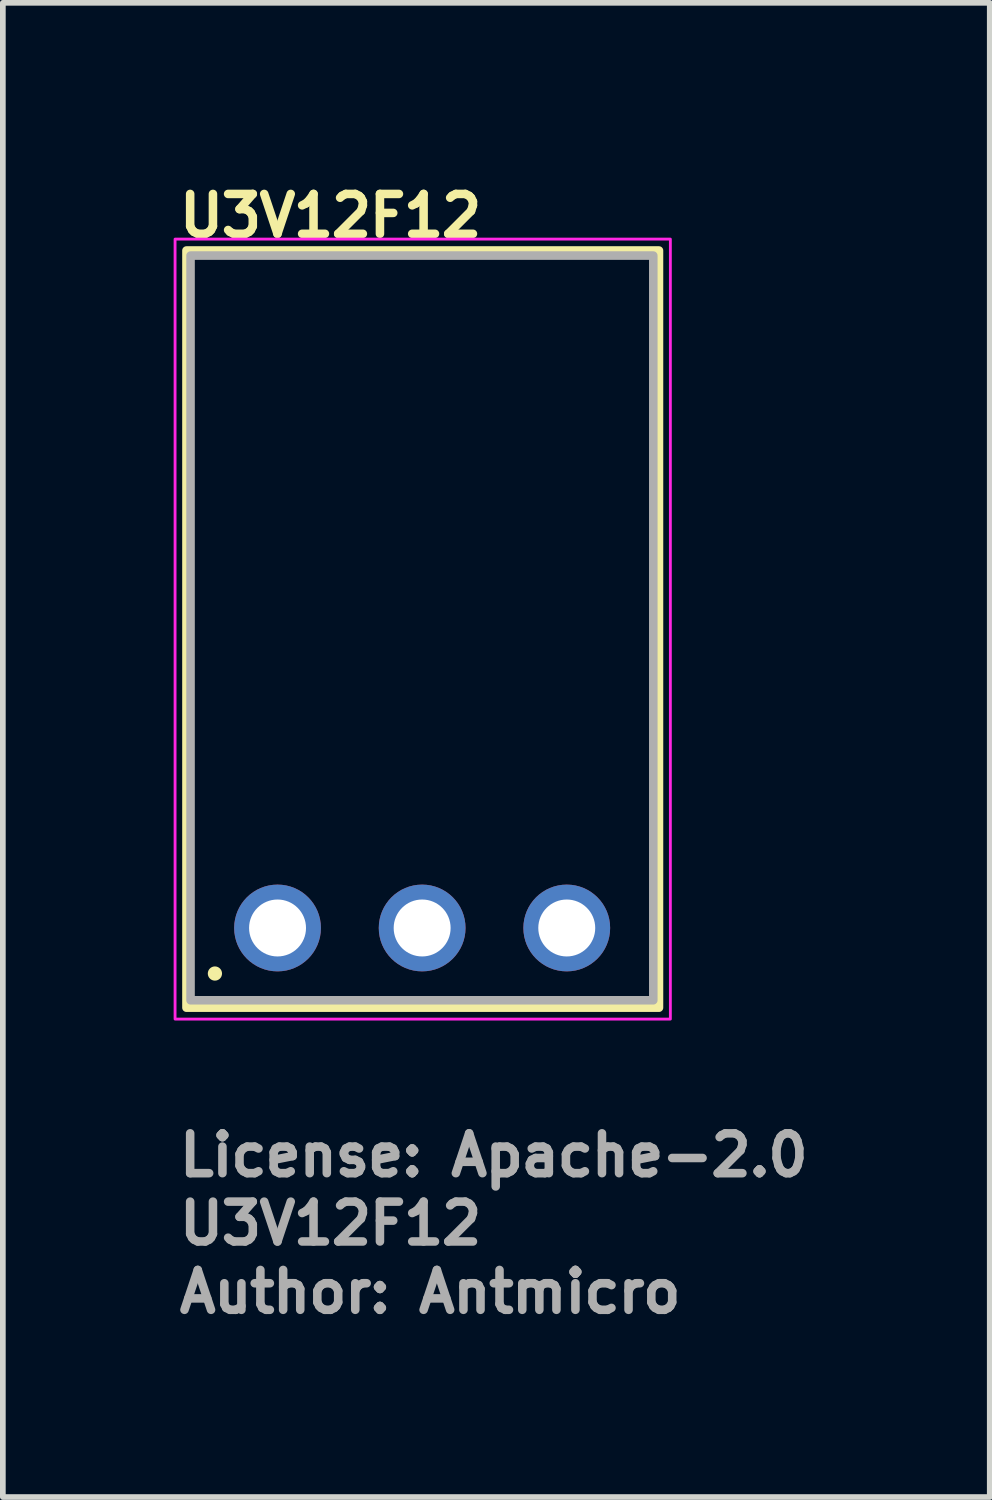
<source format=kicad_pcb>
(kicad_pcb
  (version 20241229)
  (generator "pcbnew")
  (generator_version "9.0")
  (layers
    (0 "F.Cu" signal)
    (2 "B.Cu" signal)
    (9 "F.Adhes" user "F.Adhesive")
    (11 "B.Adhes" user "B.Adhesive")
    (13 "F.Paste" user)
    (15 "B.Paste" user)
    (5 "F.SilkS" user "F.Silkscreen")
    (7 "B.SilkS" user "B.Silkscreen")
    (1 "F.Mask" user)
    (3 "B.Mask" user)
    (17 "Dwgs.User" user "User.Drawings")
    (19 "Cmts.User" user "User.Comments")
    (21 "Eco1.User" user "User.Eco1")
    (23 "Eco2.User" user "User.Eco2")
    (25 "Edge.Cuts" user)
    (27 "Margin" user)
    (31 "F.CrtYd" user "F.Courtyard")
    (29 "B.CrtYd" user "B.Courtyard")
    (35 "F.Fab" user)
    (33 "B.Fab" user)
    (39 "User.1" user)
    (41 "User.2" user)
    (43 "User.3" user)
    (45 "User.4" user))
  (footprint "U3V12F12"
    (layer "F.Cu")
    (at 1.825 13.25)
    (property "Reference" "U3V12F12" (at -1.8 -12.1 0) (unlocked yes) (layer "F.SilkS") (effects (font (size 0.7 0.7) (thickness 0.15)) (justify left bottom)))
    (attr through_hole)
    (fp_rect (start -1.6 -11.9) (end 6.7 1.4) (stroke (width 0.15) (type default)) (fill no) (layer "F.SilkS"))
    (fp_circle (center -1.1 0.8) (end -1.05 0.8) (stroke (width 0.15) (type solid)) (fill yes) (layer "F.SilkS"))
    (fp_rect (start -1.8 -12.1) (end 6.9 1.6) (stroke (width 0.05) (type solid)) (fill no) (layer "F.CrtYd"))
    (fp_rect (start -1.528 -11.811) (end 6.6 1.27) (stroke (width 0.15) (type solid)) (fill no) (layer "F.Fab"))
    (fp_rect (start -1.528 -11.811) (end 6.6 1.27) (stroke (width 0.1) (type solid)) (fill no) (layer "User.5"))
    (fp_line (start -1.513 -11.811) (end -1.513 1.27) (stroke (width 0.02) (type solid)) (layer "User.9"))
    (fp_line (start -1.513 1.27) (end 6.615 1.27) (stroke (width 0.02) (type solid)) (layer "User.9"))
    (fp_line (start -1.107 -7.493) (end -0.809 -7.493) (stroke (width 0.02) (type solid)) (layer "User.9"))
    (fp_line (start -1.107 -5.817) (end -1.107 -7.493) (stroke (width 0.02) (type solid)) (layer "User.9"))
    (fp_line (start -1.107 -5.817) (end -1.065 -5.859) (stroke (width 0.02) (type solid)) (layer "User.9"))
    (fp_line (start -1.065 -7.451) (end -1.107 -7.493) (stroke (width 0.02) (type solid)) (layer "User.9"))
    (fp_line (start -1.065 -7.451) (end -1.062 -7.448) (stroke (width 0.02) (type solid)) (layer "User.9"))
    (fp_line (start -1.065 -7.451) (end 1.849 -7.451) (stroke (width 0.02) (type solid)) (layer "User.9"))
    (fp_line (start -1.065 -5.859) (end -1.065 -7.451) (stroke (width 0.02) (type solid)) (layer "User.9"))
    (fp_line (start -1.062 -7.448) (end -1.056 -7.443) (stroke (width 0.02) (type solid)) (layer "User.9"))
    (fp_line (start -1.062 -5.861) (end -1.065 -5.859) (stroke (width 0.02) (type solid)) (layer "User.9"))
    (fp_line (start -1.056 -7.443) (end -1.04 -7.426) (stroke (width 0.02) (type solid)) (layer "User.9"))
    (fp_line (start -1.056 -5.867) (end -1.062 -5.861) (stroke (width 0.02) (type solid)) (layer "User.9"))
    (fp_line (start -1.04 -7.426) (end -1.04 -5.884) (stroke (width 0.02) (type solid)) (layer "User.9"))
    (fp_line (start -1.04 -5.884) (end -1.056 -5.867) (stroke (width 0.02) (type solid)) (layer "User.9"))
    (fp_line (start -1.04 -5.884) (end 1.824 -5.884) (stroke (width 0.02) (type solid)) (layer "User.9"))
    (fp_line (start -0.809 -8.046) (end -0.809 -8.184) (stroke (width 0.02) (type solid)) (layer "User.9"))
    (fp_line (start -0.809 -8.027) (end -0.809 -8.046) (stroke (width 0.02) (type solid)) (layer "User.9"))
    (fp_line (start -0.809 -8.009) (end -0.809 -8.027) (stroke (width 0.02) (type solid)) (layer "User.9"))
    (fp_line (start -0.809 -7.991) (end -0.809 -8.009) (stroke (width 0.02) (type solid)) (layer "User.9"))
    (fp_line (start -0.809 -7.974) (end -0.809 -7.991) (stroke (width 0.02) (type solid)) (layer "User.9"))
    (fp_line (start -0.809 -7.959) (end -0.809 -7.974) (stroke (width 0.02) (type solid)) (layer "User.9"))
    (fp_line (start -0.809 -7.944) (end -0.809 -7.959) (stroke (width 0.02) (type solid)) (layer "User.9"))
    (fp_line (start -0.809 -7.931) (end -0.809 -7.944) (stroke (width 0.02) (type solid)) (layer "User.9"))
    (fp_line (start -0.809 -7.919) (end -0.809 -7.931) (stroke (width 0.02) (type solid)) (layer "User.9"))
    (fp_line (start -0.809 -7.909) (end -0.809 -7.919) (stroke (width 0.02) (type solid)) (layer "User.9"))
    (fp_line (start -0.809 -7.901) (end -0.809 -7.909) (stroke (width 0.02) (type solid)) (layer "User.9"))
    (fp_line (start -0.809 -7.894) (end -0.809 -7.901) (stroke (width 0.02) (type solid)) (layer "User.9"))
    (fp_line (start -0.809 -7.889) (end -0.809 -7.894) (stroke (width 0.02) (type solid)) (layer "User.9"))
    (fp_line (start -0.809 -7.887) (end -0.809 -7.889) (stroke (width 0.02) (type solid)) (layer "User.9"))
    (fp_line (start -0.809 -7.886) (end -0.809 -7.887) (stroke (width 0.02) (type solid)) (layer "User.9"))
    (fp_line (start -0.809 -7.884) (end -0.809 -7.886) (stroke (width 0.02) (type solid)) (layer "User.9"))
    (fp_line (start -0.809 -7.881) (end -0.809 -7.884) (stroke (width 0.02) (type solid)) (layer "User.9"))
    (fp_line (start -0.809 -7.875) (end -0.809 -7.881) (stroke (width 0.02) (type solid)) (layer "User.9"))
    (fp_line (start -0.809 -7.867) (end -0.809 -7.875) (stroke (width 0.02) (type solid)) (layer "User.9"))
    (fp_line (start -0.809 -7.856) (end -0.809 -7.867) (stroke (width 0.02) (type solid)) (layer "User.9"))
    (fp_line (start -0.809 -7.844) (end -0.809 -7.856) (stroke (width 0.02) (type solid)) (layer "User.9"))
    (fp_line (start -0.809 -7.83) (end -0.809 -7.844) (stroke (width 0.02) (type solid)) (layer "User.9"))
    (fp_line (start -0.809 -7.814) (end -0.809 -7.83) (stroke (width 0.02) (type solid)) (layer "User.9"))
    (fp_line (start -0.809 -7.796) (end -0.809 -7.814) (stroke (width 0.02) (type solid)) (layer "User.9"))
    (fp_line (start -0.809 -7.778) (end -0.809 -7.796) (stroke (width 0.02) (type solid)) (layer "User.9"))
    (fp_line (start -0.809 -7.758) (end -0.809 -7.778) (stroke (width 0.02) (type solid)) (layer "User.9"))
    (fp_line (start -0.809 -7.738) (end -0.809 -7.758) (stroke (width 0.02) (type solid)) (layer "User.9"))
    (fp_line (start -0.809 -7.716) (end -0.809 -7.738) (stroke (width 0.02) (type solid)) (layer "User.9"))
    (fp_line (start -0.809 -7.695) (end -0.809 -7.716) (stroke (width 0.02) (type solid)) (layer "User.9"))
    (fp_line (start -0.809 -7.695) (end -0.809 -7.493) (stroke (width 0.02) (type solid)) (layer "User.9"))
    (fp_line (start -0.809 -7.493) (end -0.312 -7.493) (stroke (width 0.02) (type solid)) (layer "User.9"))
    (fp_line (start -0.809 -5.817) (end -1.107 -5.817) (stroke (width 0.02) (type solid)) (layer "User.9"))
    (fp_line (start -0.809 -5.614) (end -0.809 -5.817) (stroke (width 0.02) (type solid)) (layer "User.9"))
    (fp_line (start -0.809 -5.593) (end -0.809 -5.614) (stroke (width 0.02) (type solid)) (layer "User.9"))
    (fp_line (start -0.809 -5.572) (end -0.809 -5.593) (stroke (width 0.02) (type solid)) (layer "User.9"))
    (fp_line (start -0.809 -5.552) (end -0.809 -5.572) (stroke (width 0.02) (type solid)) (layer "User.9"))
    (fp_line (start -0.809 -5.532) (end -0.809 -5.552) (stroke (width 0.02) (type solid)) (layer "User.9"))
    (fp_line (start -0.809 -5.513) (end -0.809 -5.532) (stroke (width 0.02) (type solid)) (layer "User.9"))
    (fp_line (start -0.809 -5.496) (end -0.809 -5.513) (stroke (width 0.02) (type solid)) (layer "User.9"))
    (fp_line (start -0.809 -5.48) (end -0.809 -5.496) (stroke (width 0.02) (type solid)) (layer "User.9"))
    (fp_line (start -0.809 -5.466) (end -0.809 -5.48) (stroke (width 0.02) (type solid)) (layer "User.9"))
    (fp_line (start -0.809 -5.453) (end -0.809 -5.466) (stroke (width 0.02) (type solid)) (layer "User.9"))
    (fp_line (start -0.809 -5.443) (end -0.809 -5.453) (stroke (width 0.02) (type solid)) (layer "User.9"))
    (fp_line (start -0.809 -5.435) (end -0.809 -5.443) (stroke (width 0.02) (type solid)) (layer "User.9"))
    (fp_line (start -0.809 -5.429) (end -0.809 -5.435) (stroke (width 0.02) (type solid)) (layer "User.9"))
    (fp_line (start -0.809 -5.425) (end -0.809 -5.429) (stroke (width 0.02) (type solid)) (layer "User.9"))
    (fp_line (start -0.809 -5.424) (end -0.809 -5.425) (stroke (width 0.02) (type solid)) (layer "User.9"))
    (fp_line (start -0.809 -5.423) (end -0.809 -5.424) (stroke (width 0.02) (type solid)) (layer "User.9"))
    (fp_line (start -0.809 -5.42) (end -0.809 -5.423) (stroke (width 0.02) (type solid)) (layer "User.9"))
    (fp_line (start -0.809 -5.415) (end -0.809 -5.42) (stroke (width 0.02) (type solid)) (layer "User.9"))
    (fp_line (start -0.809 -5.409) (end -0.809 -5.415) (stroke (width 0.02) (type solid)) (layer "User.9"))
    (fp_line (start -0.809 -5.4) (end -0.809 -5.409) (stroke (width 0.02) (type solid)) (layer "User.9"))
    (fp_line (start -0.809 -5.39) (end -0.809 -5.4) (stroke (width 0.02) (type solid)) (layer "User.9"))
    (fp_line (start -0.809 -5.379) (end -0.809 -5.39) (stroke (width 0.02) (type solid)) (layer "User.9"))
    (fp_line (start -0.809 -5.365) (end -0.809 -5.379) (stroke (width 0.02) (type solid)) (layer "User.9"))
    (fp_line (start -0.809 -5.351) (end -0.809 -5.365) (stroke (width 0.02) (type solid)) (layer "User.9"))
    (fp_line (start -0.809 -5.335) (end -0.809 -5.351) (stroke (width 0.02) (type solid)) (layer "User.9"))
    (fp_line (start -0.809 -5.318) (end -0.809 -5.335) (stroke (width 0.02) (type solid)) (layer "User.9"))
    (fp_line (start -0.809 -5.301) (end -0.809 -5.318) (stroke (width 0.02) (type solid)) (layer "User.9"))
    (fp_line (start -0.809 -5.283) (end -0.809 -5.301) (stroke (width 0.02) (type solid)) (layer "User.9"))
    (fp_line (start -0.809 -5.264) (end -0.809 -5.283) (stroke (width 0.02) (type solid)) (layer "User.9"))
    (fp_line (start -0.809 -5.126) (end -0.809 -5.264) (stroke (width 0.02) (type solid)) (layer "User.9"))
    (fp_line (start -0.569 -1.484) (end -0.569 -2.834) (stroke (width 0.02) (type solid)) (layer "User.9"))
    (fp_line (start -0.509 -3.208) (end -0.509 -4.108) (stroke (width 0.02) (type solid)) (layer "User.9"))
    (fp_line (start -0.497 0) (end -0.493 0.061) (stroke (width 0.02) (type solid)) (layer "User.9"))
    (fp_line (start -0.493 -0.061) (end -0.497 0) (stroke (width 0.02) (type solid)) (layer "User.9"))
    (fp_line (start -0.493 0.061) (end -0.482 0.122) (stroke (width 0.02) (type solid)) (layer "User.9"))
    (fp_line (start -0.483 -9.873) (end -0.033 -9.873) (stroke (width 0.02) (type solid)) (layer "User.9"))
    (fp_line (start -0.483 -8.923) (end -0.483 -9.873) (stroke (width 0.02) (type solid)) (layer "User.9"))
    (fp_line (start -0.482 -0.122) (end -0.493 -0.061) (stroke (width 0.02) (type solid)) (layer "User.9"))
    (fp_line (start -0.482 0.122) (end -0.464 0.18) (stroke (width 0.02) (type solid)) (layer "User.9"))
    (fp_line (start -0.464 -0.18) (end -0.482 -0.122) (stroke (width 0.02) (type solid)) (layer "User.9"))
    (fp_line (start -0.464 0.18) (end -0.439 0.236) (stroke (width 0.02) (type solid)) (layer "User.9"))
    (fp_line (start -0.458 -11.245) (end -0.458 -10.345) (stroke (width 0.02) (type solid)) (layer "User.9"))
    (fp_line (start -0.458 -11.245) (end -0.158 -11.245) (stroke (width 0.02) (type solid)) (layer "User.9"))
    (fp_line (start -0.458 -10.345) (end -0.158 -10.345) (stroke (width 0.02) (type solid)) (layer "User.9"))
    (fp_line (start -0.439 -0.236) (end -0.464 -0.18) (stroke (width 0.02) (type solid)) (layer "User.9"))
    (fp_line (start -0.439 0.236) (end -0.407 0.289) (stroke (width 0.02) (type solid)) (layer "User.9"))
    (fp_line (start -0.407 -0.289) (end -0.439 -0.236) (stroke (width 0.02) (type solid)) (layer "User.9"))
    (fp_line (start -0.407 0.289) (end -0.369 0.337) (stroke (width 0.02) (type solid)) (layer "User.9"))
    (fp_line (start -0.369 -0.337) (end -0.407 -0.289) (stroke (width 0.02) (type solid)) (layer "User.9"))
    (fp_line (start -0.369 0.337) (end -0.326 0.38) (stroke (width 0.02) (type solid)) (layer "User.9"))
    (fp_line (start -0.326 -0.38) (end -0.369 -0.337) (stroke (width 0.02) (type solid)) (layer "User.9"))
    (fp_line (start -0.326 0.38) (end -0.278 0.418) (stroke (width 0.02) (type solid)) (layer "User.9"))
    (fp_line (start -0.313 -0.32) (end 0.327 -0.32) (stroke (width 0.02) (type solid)) (layer "User.9"))
    (fp_line (start -0.313 0.32) (end -0.313 -0.32) (stroke (width 0.02) (type solid)) (layer "User.9"))
    (fp_line (start -0.313 0.32) (end -0.113 0.12) (stroke (width 0.02) (type solid)) (layer "User.9"))
    (fp_line (start -0.312 -8.184) (end -0.809 -8.184) (stroke (width 0.02) (type solid)) (layer "User.9"))
    (fp_line (start -0.312 -8.184) (end -0.312 -8.046) (stroke (width 0.02) (type solid)) (layer "User.9"))
    (fp_line (start -0.312 -8.046) (end -0.809 -8.046) (stroke (width 0.02) (type solid)) (layer "User.9"))
    (fp_line (start -0.312 -8.046) (end -0.312 -8.027) (stroke (width 0.02) (type solid)) (layer "User.9"))
    (fp_line (start -0.312 -8.027) (end -0.312 -8.009) (stroke (width 0.02) (type solid)) (layer "User.9"))
    (fp_line (start -0.312 -8.009) (end -0.312 -7.991) (stroke (width 0.02) (type solid)) (layer "User.9"))
    (fp_line (start -0.312 -7.991) (end -0.312 -7.974) (stroke (width 0.02) (type solid)) (layer "User.9"))
    (fp_line (start -0.312 -7.974) (end -0.312 -7.959) (stroke (width 0.02) (type solid)) (layer "User.9"))
    (fp_line (start -0.312 -7.959) (end -0.312 -7.944) (stroke (width 0.02) (type solid)) (layer "User.9"))
    (fp_line (start -0.312 -7.944) (end -0.312 -7.931) (stroke (width 0.02) (type solid)) (layer "User.9"))
    (fp_line (start -0.312 -7.931) (end -0.312 -7.919) (stroke (width 0.02) (type solid)) (layer "User.9"))
    (fp_line (start -0.312 -7.919) (end -0.312 -7.909) (stroke (width 0.02) (type solid)) (layer "User.9"))
    (fp_line (start -0.312 -7.909) (end -0.312 -7.901) (stroke (width 0.02) (type solid)) (layer "User.9"))
    (fp_line (start -0.312 -7.901) (end -0.312 -7.894) (stroke (width 0.02) (type solid)) (layer "User.9"))
    (fp_line (start -0.312 -7.894) (end -0.312 -7.889) (stroke (width 0.02) (type solid)) (layer "User.9"))
    (fp_line (start -0.312 -7.889) (end -0.312 -7.887) (stroke (width 0.02) (type solid)) (layer "User.9"))
    (fp_line (start -0.312 -7.887) (end -0.312 -7.886) (stroke (width 0.02) (type solid)) (layer "User.9"))
    (fp_line (start -0.312 -7.886) (end -0.809 -7.886) (stroke (width 0.02) (type solid)) (layer "User.9"))
    (fp_line (start -0.312 -7.886) (end -0.312 -7.884) (stroke (width 0.02) (type solid)) (layer "User.9"))
    (fp_line (start -0.312 -7.884) (end -0.312 -7.881) (stroke (width 0.02) (type solid)) (layer "User.9"))
    (fp_line (start -0.312 -7.881) (end -0.312 -7.875) (stroke (width 0.02) (type solid)) (layer "User.9"))
    (fp_line (start -0.312 -7.875) (end -0.312 -7.867) (stroke (width 0.02) (type solid)) (layer "User.9"))
    (fp_line (start -0.312 -7.867) (end -0.312 -7.856) (stroke (width 0.02) (type solid)) (layer "User.9"))
    (fp_line (start -0.312 -7.856) (end -0.312 -7.844) (stroke (width 0.02) (type solid)) (layer "User.9"))
    (fp_line (start -0.312 -7.844) (end -0.312 -7.83) (stroke (width 0.02) (type solid)) (layer "User.9"))
    (fp_line (start -0.312 -7.83) (end -0.312 -7.814) (stroke (width 0.02) (type solid)) (layer "User.9"))
    (fp_line (start -0.312 -7.814) (end -0.312 -7.796) (stroke (width 0.02) (type solid)) (layer "User.9"))
    (fp_line (start -0.312 -7.796) (end -0.312 -7.778) (stroke (width 0.02) (type solid)) (layer "User.9"))
    (fp_line (start -0.312 -7.778) (end -0.312 -7.758) (stroke (width 0.02) (type solid)) (layer "User.9"))
    (fp_line (start -0.312 -7.758) (end -0.312 -7.738) (stroke (width 0.02) (type solid)) (layer "User.9"))
    (fp_line (start -0.312 -7.738) (end -0.312 -7.716) (stroke (width 0.02) (type solid)) (layer "User.9"))
    (fp_line (start -0.312 -7.716) (end -0.312 -7.695) (stroke (width 0.02) (type solid)) (layer "User.9"))
    (fp_line (start -0.312 -7.695) (end -0.809 -7.695) (stroke (width 0.02) (type solid)) (layer "User.9"))
    (fp_line (start -0.312 -7.695) (end -0.312 -7.493) (stroke (width 0.02) (type solid)) (layer "User.9"))
    (fp_line (start -0.312 -7.493) (end 0.143 -7.493) (stroke (width 0.02) (type solid)) (layer "User.9"))
    (fp_line (start -0.312 -5.817) (end -0.809 -5.817) (stroke (width 0.02) (type solid)) (layer "User.9"))
    (fp_line (start -0.312 -5.614) (end -0.809 -5.614) (stroke (width 0.02) (type solid)) (layer "User.9"))
    (fp_line (start -0.312 -5.614) (end -0.312 -5.817) (stroke (width 0.02) (type solid)) (layer "User.9"))
    (fp_line (start -0.312 -5.614) (end -0.312 -5.593) (stroke (width 0.02) (type solid)) (layer "User.9"))
    (fp_line (start -0.312 -5.593) (end -0.312 -5.572) (stroke (width 0.02) (type solid)) (layer "User.9"))
    (fp_line (start -0.312 -5.572) (end -0.312 -5.552) (stroke (width 0.02) (type solid)) (layer "User.9"))
    (fp_line (start -0.312 -5.552) (end -0.312 -5.532) (stroke (width 0.02) (type solid)) (layer "User.9"))
    (fp_line (start -0.312 -5.532) (end -0.312 -5.513) (stroke (width 0.02) (type solid)) (layer "User.9"))
    (fp_line (start -0.312 -5.513) (end -0.312 -5.496) (stroke (width 0.02) (type solid)) (layer "User.9"))
    (fp_line (start -0.312 -5.496) (end -0.312 -5.48) (stroke (width 0.02) (type solid)) (layer "User.9"))
    (fp_line (start -0.312 -5.48) (end -0.312 -5.466) (stroke (width 0.02) (type solid)) (layer "User.9"))
    (fp_line (start -0.312 -5.466) (end -0.312 -5.453) (stroke (width 0.02) (type solid)) (layer "User.9"))
    (fp_line (start -0.312 -5.453) (end -0.312 -5.443) (stroke (width 0.02) (type solid)) (layer "User.9"))
    (fp_line (start -0.312 -5.443) (end -0.312 -5.435) (stroke (width 0.02) (type solid)) (layer "User.9"))
    (fp_line (start -0.312 -5.435) (end -0.312 -5.429) (stroke (width 0.02) (type solid)) (layer "User.9"))
    (fp_line (start -0.312 -5.429) (end -0.312 -5.425) (stroke (width 0.02) (type solid)) (layer "User.9"))
    (fp_line (start -0.312 -5.425) (end -0.312 -5.424) (stroke (width 0.02) (type solid)) (layer "User.9"))
    (fp_line (start -0.312 -5.424) (end -0.809 -5.424) (stroke (width 0.02) (type solid)) (layer "User.9"))
    (fp_line (start -0.312 -5.424) (end -0.312 -5.423) (stroke (width 0.02) (type solid)) (layer "User.9"))
    (fp_line (start -0.312 -5.423) (end -0.312 -5.42) (stroke (width 0.02) (type solid)) (layer "User.9"))
    (fp_line (start -0.312 -5.42) (end -0.312 -5.415) (stroke (width 0.02) (type solid)) (layer "User.9"))
    (fp_line (start -0.312 -5.415) (end -0.312 -5.409) (stroke (width 0.02) (type solid)) (layer "User.9"))
    (fp_line (start -0.312 -5.409) (end -0.312 -5.4) (stroke (width 0.02) (type solid)) (layer "User.9"))
    (fp_line (start -0.312 -5.4) (end -0.312 -5.39) (stroke (width 0.02) (type solid)) (layer "User.9"))
    (fp_line (start -0.312 -5.39) (end -0.312 -5.379) (stroke (width 0.02) (type solid)) (layer "User.9"))
    (fp_line (start -0.312 -5.379) (end -0.312 -5.365) (stroke (width 0.02) (type solid)) (layer "User.9"))
    (fp_line (start -0.312 -5.365) (end -0.312 -5.351) (stroke (width 0.02) (type solid)) (layer "User.9"))
    (fp_line (start -0.312 -5.351) (end -0.312 -5.335) (stroke (width 0.02) (type solid)) (layer "User.9"))
    (fp_line (start -0.312 -5.335) (end -0.312 -5.318) (stroke (width 0.02) (type solid)) (layer "User.9"))
    (fp_line (start -0.312 -5.318) (end -0.312 -5.301) (stroke (width 0.02) (type solid)) (layer "User.9"))
    (fp_line (start -0.312 -5.301) (end -0.312 -5.283) (stroke (width 0.02) (type solid)) (layer "User.9"))
    (fp_line (start -0.312 -5.283) (end -0.312 -5.264) (stroke (width 0.02) (type solid)) (layer "User.9"))
    (fp_line (start -0.312 -5.264) (end -0.809 -5.264) (stroke (width 0.02) (type solid)) (layer "User.9"))
    (fp_line (start -0.312 -5.264) (end -0.312 -5.126) (stroke (width 0.02) (type solid)) (layer "User.9"))
    (fp_line (start -0.312 -5.126) (end -0.809 -5.126) (stroke (width 0.02) (type solid)) (layer "User.9"))
    (fp_line (start -0.278 -0.418) (end -0.326 -0.38) (stroke (width 0.02) (type solid)) (layer "User.9"))
    (fp_line (start -0.278 0.418) (end -0.225 0.45) (stroke (width 0.02) (type solid)) (layer "User.9"))
    (fp_line (start -0.225 -0.45) (end -0.278 -0.418) (stroke (width 0.02) (type solid)) (layer "User.9"))
    (fp_line (start -0.225 0.45) (end -0.169 0.475) (stroke (width 0.02) (type solid)) (layer "User.9"))
    (fp_line (start -0.209 -4.109) (end 0.891 -4.109) (stroke (width 0.02) (type solid)) (layer "User.9"))
    (fp_line (start -0.209 -4.109) (end 0.891 -4.109) (stroke (width 0.02) (type solid)) (layer "User.9"))
    (fp_line (start -0.209 -4.108) (end -0.509 -4.108) (stroke (width 0.02) (type solid)) (layer "User.9"))
    (fp_line (start -0.209 -3.208) (end -0.509 -3.208) (stroke (width 0.02) (type solid)) (layer "User.9"))
    (fp_line (start -0.169 -0.475) (end -0.225 -0.45) (stroke (width 0.02) (type solid)) (layer "User.9"))
    (fp_line (start -0.169 0.475) (end -0.111 0.493) (stroke (width 0.02) (type solid)) (layer "User.9"))
    (fp_line (start -0.158 -11.246) (end 0.942 -11.246) (stroke (width 0.02) (type solid)) (layer "User.9"))
    (fp_line (start -0.158 -11.246) (end 0.942 -11.246) (stroke (width 0.02) (type solid)) (layer "User.9"))
    (fp_line (start -0.113 -0.12) (end -0.313 -0.32) (stroke (width 0.02) (type solid)) (layer "User.9"))
    (fp_line (start -0.113 -0.12) (end -0.113 0.12) (stroke (width 0.02) (type solid)) (layer "User.9"))
    (fp_line (start -0.113 0.12) (end 0.127 0.12) (stroke (width 0.02) (type solid)) (layer "User.9"))
    (fp_line (start -0.111 -0.493) (end -0.169 -0.475) (stroke (width 0.02) (type solid)) (layer "User.9"))
    (fp_line (start -0.111 0.493) (end -0.05 0.504) (stroke (width 0.02) (type solid)) (layer "User.9"))
    (fp_line (start -0.069 -2.835) (end 1.031 -2.835) (stroke (width 0.02) (type solid)) (layer "User.9"))
    (fp_line (start -0.069 -2.835) (end 1.031 -2.835) (stroke (width 0.02) (type solid)) (layer "User.9"))
    (fp_line (start -0.069 -2.834) (end -0.569 -2.834) (stroke (width 0.02) (type solid)) (layer "User.9"))
    (fp_line (start -0.069 -1.484) (end -0.569 -1.484) (stroke (width 0.02) (type solid)) (layer "User.9"))
    (fp_line (start -0.05 -0.504) (end -0.111 -0.493) (stroke (width 0.02) (type solid)) (layer "User.9"))
    (fp_line (start -0.05 0.504) (end 0.011 0.508) (stroke (width 0.02) (type solid)) (layer "User.9"))
    (fp_line (start -0.033 -9.873) (end -0.033 -8.923) (stroke (width 0.02) (type solid)) (layer "User.9"))
    (fp_line (start -0.033 -8.923) (end -0.483 -8.923) (stroke (width 0.02) (type solid)) (layer "User.9"))
    (fp_line (start -0.033 -8.923) (end 0.817 -8.923) (stroke (width 0.02) (type solid)) (layer "User.9"))
    (fp_line (start 0.011 -0.508) (end -0.05 -0.504) (stroke (width 0.02) (type solid)) (layer "User.9"))
    (fp_line (start 0.011 0.508) (end 0.072 0.504) (stroke (width 0.02) (type solid)) (layer "User.9"))
    (fp_line (start 0.072 -0.504) (end 0.011 -0.508) (stroke (width 0.02) (type solid)) (layer "User.9"))
    (fp_line (start 0.072 0.504) (end 0.133 0.493) (stroke (width 0.02) (type solid)) (layer "User.9"))
    (fp_line (start 0.127 -0.12) (end -0.113 -0.12) (stroke (width 0.02) (type solid)) (layer "User.9"))
    (fp_line (start 0.127 0.12) (end 0.127 -0.12) (stroke (width 0.02) (type solid)) (layer "User.9"))
    (fp_line (start 0.133 -0.493) (end 0.072 -0.504) (stroke (width 0.02) (type solid)) (layer "User.9"))
    (fp_line (start 0.133 0.493) (end 0.191 0.475) (stroke (width 0.02) (type solid)) (layer "User.9"))
    (fp_line (start 0.143 -8.046) (end 0.143 -8.184) (stroke (width 0.02) (type solid)) (layer "User.9"))
    (fp_line (start 0.143 -8.027) (end 0.143 -8.046) (stroke (width 0.02) (type solid)) (layer "User.9"))
    (fp_line (start 0.143 -8.009) (end 0.143 -8.027) (stroke (width 0.02) (type solid)) (layer "User.9"))
    (fp_line (start 0.143 -7.991) (end 0.143 -8.009) (stroke (width 0.02) (type solid)) (layer "User.9"))
    (fp_line (start 0.143 -7.974) (end 0.143 -7.991) (stroke (width 0.02) (type solid)) (layer "User.9"))
    (fp_line (start 0.143 -7.959) (end 0.143 -7.974) (stroke (width 0.02) (type solid)) (layer "User.9"))
    (fp_line (start 0.143 -7.944) (end 0.143 -7.959) (stroke (width 0.02) (type solid)) (layer "User.9"))
    (fp_line (start 0.143 -7.931) (end 0.143 -7.944) (stroke (width 0.02) (type solid)) (layer "User.9"))
    (fp_line (start 0.143 -7.919) (end 0.143 -7.931) (stroke (width 0.02) (type solid)) (layer "User.9"))
    (fp_line (start 0.143 -7.909) (end 0.143 -7.919) (stroke (width 0.02) (type solid)) (layer "User.9"))
    (fp_line (start 0.143 -7.901) (end 0.143 -7.909) (stroke (width 0.02) (type solid)) (layer "User.9"))
    (fp_line (start 0.143 -7.894) (end 0.143 -7.901) (stroke (width 0.02) (type solid)) (layer "User.9"))
    (fp_line (start 0.143 -7.889) (end 0.143 -7.894) (stroke (width 0.02) (type solid)) (layer "User.9"))
    (fp_line (start 0.143 -7.887) (end 0.143 -7.889) (stroke (width 0.02) (type solid)) (layer "User.9"))
    (fp_line (start 0.143 -7.886) (end 0.143 -7.887) (stroke (width 0.02) (type solid)) (layer "User.9"))
    (fp_line (start 0.143 -7.884) (end 0.143 -7.886) (stroke (width 0.02) (type solid)) (layer "User.9"))
    (fp_line (start 0.143 -7.881) (end 0.143 -7.884) (stroke (width 0.02) (type solid)) (layer "User.9"))
    (fp_line (start 0.143 -7.875) (end 0.143 -7.881) (stroke (width 0.02) (type solid)) (layer "User.9"))
    (fp_line (start 0.143 -7.867) (end 0.143 -7.875) (stroke (width 0.02) (type solid)) (layer "User.9"))
    (fp_line (start 0.143 -7.856) (end 0.143 -7.867) (stroke (width 0.02) (type solid)) (layer "User.9"))
    (fp_line (start 0.143 -7.844) (end 0.143 -7.856) (stroke (width 0.02) (type solid)) (layer "User.9"))
    (fp_line (start 0.143 -7.83) (end 0.143 -7.844) (stroke (width 0.02) (type solid)) (layer "User.9"))
    (fp_line (start 0.143 -7.814) (end 0.143 -7.83) (stroke (width 0.02) (type solid)) (layer "User.9"))
    (fp_line (start 0.143 -7.796) (end 0.143 -7.814) (stroke (width 0.02) (type solid)) (layer "User.9"))
    (fp_line (start 0.143 -7.778) (end 0.143 -7.796) (stroke (width 0.02) (type solid)) (layer "User.9"))
    (fp_line (start 0.143 -7.758) (end 0.143 -7.778) (stroke (width 0.02) (type solid)) (layer "User.9"))
    (fp_line (start 0.143 -7.738) (end 0.143 -7.758) (stroke (width 0.02) (type solid)) (layer "User.9"))
    (fp_line (start 0.143 -7.716) (end 0.143 -7.738) (stroke (width 0.02) (type solid)) (layer "User.9"))
    (fp_line (start 0.143 -7.695) (end 0.143 -7.716) (stroke (width 0.02) (type solid)) (layer "User.9"))
    (fp_line (start 0.143 -7.695) (end 0.143 -7.493) (stroke (width 0.02) (type solid)) (layer "User.9"))
    (fp_line (start 0.143 -7.493) (end 0.641 -7.493) (stroke (width 0.02) (type solid)) (layer "User.9"))
    (fp_line (start 0.191 -0.475) (end 0.133 -0.493) (stroke (width 0.02) (type solid)) (layer "User.9"))
    (fp_line (start 0.191 0.475) (end 0.247 0.45) (stroke (width 0.02) (type solid)) (layer "User.9"))
    (fp_line (start 0.247 -0.45) (end 0.191 -0.475) (stroke (width 0.02) (type solid)) (layer "User.9"))
    (fp_line (start 0.247 0.45) (end 0.3 0.418) (stroke (width 0.02) (type solid)) (layer "User.9"))
    (fp_line (start 0.3 -0.418) (end 0.247 -0.45) (stroke (width 0.02) (type solid)) (layer "User.9"))
    (fp_line (start 0.3 0.418) (end 0.348 0.38) (stroke (width 0.02) (type solid)) (layer "User.9"))
    (fp_line (start 0.327 -0.32) (end 0.127 -0.12) (stroke (width 0.02) (type solid)) (layer "User.9"))
    (fp_line (start 0.327 -0.32) (end 0.327 0.32) (stroke (width 0.02) (type solid)) (layer "User.9"))
    (fp_line (start 0.327 0.32) (end -0.313 0.32) (stroke (width 0.02) (type solid)) (layer "User.9"))
    (fp_line (start 0.327 0.32) (end 0.127 0.12) (stroke (width 0.02) (type solid)) (layer "User.9"))
    (fp_line (start 0.348 -0.38) (end 0.3 -0.418) (stroke (width 0.02) (type solid)) (layer "User.9"))
    (fp_line (start 0.348 0.38) (end 0.391 0.337) (stroke (width 0.02) (type solid)) (layer "User.9"))
    (fp_line (start 0.391 -0.337) (end 0.348 -0.38) (stroke (width 0.02) (type solid)) (layer "User.9"))
    (fp_line (start 0.391 0.337) (end 0.429 0.289) (stroke (width 0.02) (type solid)) (layer "User.9"))
    (fp_line (start 0.429 -0.289) (end 0.391 -0.337) (stroke (width 0.02) (type solid)) (layer "User.9"))
    (fp_line (start 0.429 0.289) (end 0.461 0.236) (stroke (width 0.02) (type solid)) (layer "User.9"))
    (fp_line (start 0.461 -0.236) (end 0.429 -0.289) (stroke (width 0.02) (type solid)) (layer "User.9"))
    (fp_line (start 0.461 0.236) (end 0.486 0.18) (stroke (width 0.02) (type solid)) (layer "User.9"))
    (fp_line (start 0.486 -0.18) (end 0.461 -0.236) (stroke (width 0.02) (type solid)) (layer "User.9"))
    (fp_line (start 0.486 0.18) (end 0.504 0.122) (stroke (width 0.02) (type solid)) (layer "User.9"))
    (fp_line (start 0.504 -0.122) (end 0.486 -0.18) (stroke (width 0.02) (type solid)) (layer "User.9"))
    (fp_line (start 0.504 0.122) (end 0.515 0.061) (stroke (width 0.02) (type solid)) (layer "User.9"))
    (fp_line (start 0.515 -0.061) (end 0.504 -0.122) (stroke (width 0.02) (type solid)) (layer "User.9"))
    (fp_line (start 0.515 0.061) (end 0.519 0) (stroke (width 0.02) (type solid)) (layer "User.9"))
    (fp_line (start 0.519 0) (end 0.515 -0.061) (stroke (width 0.02) (type solid)) (layer "User.9"))
    (fp_line (start 0.641 -8.184) (end 0.143 -8.184) (stroke (width 0.02) (type solid)) (layer "User.9"))
    (fp_line (start 0.641 -8.184) (end 0.641 -8.046) (stroke (width 0.02) (type solid)) (layer "User.9"))
    (fp_line (start 0.641 -8.046) (end 0.143 -8.046) (stroke (width 0.02) (type solid)) (layer "User.9"))
    (fp_line (start 0.641 -8.046) (end 0.641 -8.027) (stroke (width 0.02) (type solid)) (layer "User.9"))
    (fp_line (start 0.641 -8.027) (end 0.641 -8.009) (stroke (width 0.02) (type solid)) (layer "User.9"))
    (fp_line (start 0.641 -8.009) (end 0.641 -7.991) (stroke (width 0.02) (type solid)) (layer "User.9"))
    (fp_line (start 0.641 -7.991) (end 0.641 -7.974) (stroke (width 0.02) (type solid)) (layer "User.9"))
    (fp_line (start 0.641 -7.974) (end 0.641 -7.959) (stroke (width 0.02) (type solid)) (layer "User.9"))
    (fp_line (start 0.641 -7.959) (end 0.641 -7.944) (stroke (width 0.02) (type solid)) (layer "User.9"))
    (fp_line (start 0.641 -7.944) (end 0.641 -7.931) (stroke (width 0.02) (type solid)) (layer "User.9"))
    (fp_line (start 0.641 -7.931) (end 0.641 -7.919) (stroke (width 0.02) (type solid)) (layer "User.9"))
    (fp_line (start 0.641 -7.919) (end 0.641 -7.909) (stroke (width 0.02) (type solid)) (layer "User.9"))
    (fp_line (start 0.641 -7.909) (end 0.641 -7.901) (stroke (width 0.02) (type solid)) (layer "User.9"))
    (fp_line (start 0.641 -7.901) (end 0.641 -7.894) (stroke (width 0.02) (type solid)) (layer "User.9"))
    (fp_line (start 0.641 -7.894) (end 0.641 -7.889) (stroke (width 0.02) (type solid)) (layer "User.9"))
    (fp_line (start 0.641 -7.889) (end 0.641 -7.887) (stroke (width 0.02) (type solid)) (layer "User.9"))
    (fp_line (start 0.641 -7.887) (end 0.641 -7.886) (stroke (width 0.02) (type solid)) (layer "User.9"))
    (fp_line (start 0.641 -7.886) (end 0.143 -7.886) (stroke (width 0.02) (type solid)) (layer "User.9"))
    (fp_line (start 0.641 -7.886) (end 0.641 -7.884) (stroke (width 0.02) (type solid)) (layer "User.9"))
    (fp_line (start 0.641 -7.884) (end 0.641 -7.881) (stroke (width 0.02) (type solid)) (layer "User.9"))
    (fp_line (start 0.641 -7.881) (end 0.641 -7.875) (stroke (width 0.02) (type solid)) (layer "User.9"))
    (fp_line (start 0.641 -7.875) (end 0.641 -7.867) (stroke (width 0.02) (type solid)) (layer "User.9"))
    (fp_line (start 0.641 -7.867) (end 0.641 -7.856) (stroke (width 0.02) (type solid)) (layer "User.9"))
    (fp_line (start 0.641 -7.856) (end 0.641 -7.844) (stroke (width 0.02) (type solid)) (layer "User.9"))
    (fp_line (start 0.641 -7.844) (end 0.641 -7.83) (stroke (width 0.02) (type solid)) (layer "User.9"))
    (fp_line (start 0.641 -7.83) (end 0.641 -7.814) (stroke (width 0.02) (type solid)) (layer "User.9"))
    (fp_line (start 0.641 -7.814) (end 0.641 -7.796) (stroke (width 0.02) (type solid)) (layer "User.9"))
    (fp_line (start 0.641 -7.796) (end 0.641 -7.778) (stroke (width 0.02) (type solid)) (layer "User.9"))
    (fp_line (start 0.641 -7.778) (end 0.641 -7.758) (stroke (width 0.02) (type solid)) (layer "User.9"))
    (fp_line (start 0.641 -7.758) (end 0.641 -7.738) (stroke (width 0.02) (type solid)) (layer "User.9"))
    (fp_line (start 0.641 -7.738) (end 0.641 -7.716) (stroke (width 0.02) (type solid)) (layer "User.9"))
    (fp_line (start 0.641 -7.716) (end 0.641 -7.695) (stroke (width 0.02) (type solid)) (layer "User.9"))
    (fp_line (start 0.641 -7.695) (end 0.143 -7.695) (stroke (width 0.02) (type solid)) (layer "User.9"))
    (fp_line (start 0.641 -7.695) (end 0.641 -7.493) (stroke (width 0.02) (type solid)) (layer "User.9"))
    (fp_line (start 0.641 -7.493) (end 1.096 -7.493) (stroke (width 0.02) (type solid)) (layer "User.9"))
    (fp_line (start 0.817 -9.873) (end -0.033 -9.873) (stroke (width 0.02) (type solid)) (layer "User.9"))
    (fp_line (start 0.817 -9.873) (end 1.267 -9.873) (stroke (width 0.02) (type solid)) (layer "User.9"))
    (fp_line (start 0.817 -8.923) (end 0.817 -9.873) (stroke (width 0.02) (type solid)) (layer "User.9"))
    (fp_line (start 0.891 -3.207) (end -0.209 -3.207) (stroke (width 0.02) (type solid)) (layer "User.9"))
    (fp_line (start 0.891 -3.207) (end -0.209 -3.207) (stroke (width 0.02) (type solid)) (layer "User.9"))
    (fp_line (start 0.942 -11.245) (end 1.242 -11.245) (stroke (width 0.02) (type solid)) (layer "User.9"))
    (fp_line (start 0.942 -10.345) (end 1.242 -10.345) (stroke (width 0.02) (type solid)) (layer "User.9"))
    (fp_line (start 0.942 -10.344) (end -0.158 -10.344) (stroke (width 0.02) (type solid)) (layer "User.9"))
    (fp_line (start 0.942 -10.344) (end -0.158 -10.344) (stroke (width 0.02) (type solid)) (layer "User.9"))
    (fp_line (start 1.031 -1.483) (end -0.069 -1.483) (stroke (width 0.02) (type solid)) (layer "User.9"))
    (fp_line (start 1.031 -1.483) (end -0.069 -1.483) (stroke (width 0.02) (type solid)) (layer "User.9"))
    (fp_line (start 1.096 -8.046) (end 1.096 -8.184) (stroke (width 0.02) (type solid)) (layer "User.9"))
    (fp_line (start 1.096 -8.027) (end 1.096 -8.046) (stroke (width 0.02) (type solid)) (layer "User.9"))
    (fp_line (start 1.096 -8.009) (end 1.096 -8.027) (stroke (width 0.02) (type solid)) (layer "User.9"))
    (fp_line (start 1.096 -7.991) (end 1.096 -8.009) (stroke (width 0.02) (type solid)) (layer "User.9"))
    (fp_line (start 1.096 -7.974) (end 1.096 -7.991) (stroke (width 0.02) (type solid)) (layer "User.9"))
    (fp_line (start 1.096 -7.959) (end 1.096 -7.974) (stroke (width 0.02) (type solid)) (layer "User.9"))
    (fp_line (start 1.096 -7.944) (end 1.096 -7.959) (stroke (width 0.02) (type solid)) (layer "User.9"))
    (fp_line (start 1.096 -7.931) (end 1.096 -7.944) (stroke (width 0.02) (type solid)) (layer "User.9"))
    (fp_line (start 1.096 -7.919) (end 1.096 -7.931) (stroke (width 0.02) (type solid)) (layer "User.9"))
    (fp_line (start 1.096 -7.909) (end 1.096 -7.919) (stroke (width 0.02) (type solid)) (layer "User.9"))
    (fp_line (start 1.096 -7.901) (end 1.096 -7.909) (stroke (width 0.02) (type solid)) (layer "User.9"))
    (fp_line (start 1.096 -7.894) (end 1.096 -7.901) (stroke (width 0.02) (type solid)) (layer "User.9"))
    (fp_line (start 1.096 -7.889) (end 1.096 -7.894) (stroke (width 0.02) (type solid)) (layer "User.9"))
    (fp_line (start 1.096 -7.887) (end 1.096 -7.889) (stroke (width 0.02) (type solid)) (layer "User.9"))
    (fp_line (start 1.096 -7.886) (end 1.096 -7.887) (stroke (width 0.02) (type solid)) (layer "User.9"))
    (fp_line (start 1.096 -7.884) (end 1.096 -7.886) (stroke (width 0.02) (type solid)) (layer "User.9"))
    (fp_line (start 1.096 -7.881) (end 1.096 -7.884) (stroke (width 0.02) (type solid)) (layer "User.9"))
    (fp_line (start 1.096 -7.875) (end 1.096 -7.881) (stroke (width 0.02) (type solid)) (layer "User.9"))
    (fp_line (start 1.096 -7.867) (end 1.096 -7.875) (stroke (width 0.02) (type solid)) (layer "User.9"))
    (fp_line (start 1.096 -7.856) (end 1.096 -7.867) (stroke (width 0.02) (type solid)) (layer "User.9"))
    (fp_line (start 1.096 -7.844) (end 1.096 -7.856) (stroke (width 0.02) (type solid)) (layer "User.9"))
    (fp_line (start 1.096 -7.83) (end 1.096 -7.844) (stroke (width 0.02) (type solid)) (layer "User.9"))
    (fp_line (start 1.096 -7.814) (end 1.096 -7.83) (stroke (width 0.02) (type solid)) (layer "User.9"))
    (fp_line (start 1.096 -7.796) (end 1.096 -7.814) (stroke (width 0.02) (type solid)) (layer "User.9"))
    (fp_line (start 1.096 -7.778) (end 1.096 -7.796) (stroke (width 0.02) (type solid)) (layer "User.9"))
    (fp_line (start 1.096 -7.758) (end 1.096 -7.778) (stroke (width 0.02) (type solid)) (layer "User.9"))
    (fp_line (start 1.096 -7.738) (end 1.096 -7.758) (stroke (width 0.02) (type solid)) (layer "User.9"))
    (fp_line (start 1.096 -7.716) (end 1.096 -7.738) (stroke (width 0.02) (type solid)) (layer "User.9"))
    (fp_line (start 1.096 -7.695) (end 1.096 -7.716) (stroke (width 0.02) (type solid)) (layer "User.9"))
    (fp_line (start 1.096 -7.695) (end 1.096 -7.493) (stroke (width 0.02) (type solid)) (layer "User.9"))
    (fp_line (start 1.096 -7.493) (end 1.593 -7.493) (stroke (width 0.02) (type solid)) (layer "User.9"))
    (fp_line (start 1.096 -5.817) (end -0.312 -5.817) (stroke (width 0.02) (type solid)) (layer "User.9"))
    (fp_line (start 1.096 -5.614) (end 1.096 -5.817) (stroke (width 0.02) (type solid)) (layer "User.9"))
    (fp_line (start 1.096 -5.593) (end 1.096 -5.614) (stroke (width 0.02) (type solid)) (layer "User.9"))
    (fp_line (start 1.096 -5.572) (end 1.096 -5.593) (stroke (width 0.02) (type solid)) (layer "User.9"))
    (fp_line (start 1.096 -5.552) (end 1.096 -5.572) (stroke (width 0.02) (type solid)) (layer "User.9"))
    (fp_line (start 1.096 -5.532) (end 1.096 -5.552) (stroke (width 0.02) (type solid)) (layer "User.9"))
    (fp_line (start 1.096 -5.513) (end 1.096 -5.532) (stroke (width 0.02) (type solid)) (layer "User.9"))
    (fp_line (start 1.096 -5.496) (end 1.096 -5.513) (stroke (width 0.02) (type solid)) (layer "User.9"))
    (fp_line (start 1.096 -5.48) (end 1.096 -5.496) (stroke (width 0.02) (type solid)) (layer "User.9"))
    (fp_line (start 1.096 -5.466) (end 1.096 -5.48) (stroke (width 0.02) (type solid)) (layer "User.9"))
    (fp_line (start 1.096 -5.453) (end 1.096 -5.466) (stroke (width 0.02) (type solid)) (layer "User.9"))
    (fp_line (start 1.096 -5.443) (end 1.096 -5.453) (stroke (width 0.02) (type solid)) (layer "User.9"))
    (fp_line (start 1.096 -5.435) (end 1.096 -5.443) (stroke (width 0.02) (type solid)) (layer "User.9"))
    (fp_line (start 1.096 -5.429) (end 1.096 -5.435) (stroke (width 0.02) (type solid)) (layer "User.9"))
    (fp_line (start 1.096 -5.425) (end 1.096 -5.429) (stroke (width 0.02) (type solid)) (layer "User.9"))
    (fp_line (start 1.096 -5.424) (end 1.096 -5.425) (stroke (width 0.02) (type solid)) (layer "User.9"))
    (fp_line (start 1.096 -5.423) (end 1.096 -5.424) (stroke (width 0.02) (type solid)) (layer "User.9"))
    (fp_line (start 1.096 -5.42) (end 1.096 -5.423) (stroke (width 0.02) (type solid)) (layer "User.9"))
    (fp_line (start 1.096 -5.415) (end 1.096 -5.42) (stroke (width 0.02) (type solid)) (layer "User.9"))
    (fp_line (start 1.096 -5.409) (end 1.096 -5.415) (stroke (width 0.02) (type solid)) (layer "User.9"))
    (fp_line (start 1.096 -5.4) (end 1.096 -5.409) (stroke (width 0.02) (type solid)) (layer "User.9"))
    (fp_line (start 1.096 -5.39) (end 1.096 -5.4) (stroke (width 0.02) (type solid)) (layer "User.9"))
    (fp_line (start 1.096 -5.379) (end 1.096 -5.39) (stroke (width 0.02) (type solid)) (layer "User.9"))
    (fp_line (start 1.096 -5.365) (end 1.096 -5.379) (stroke (width 0.02) (type solid)) (layer "User.9"))
    (fp_line (start 1.096 -5.351) (end 1.096 -5.365) (stroke (width 0.02) (type solid)) (layer "User.9"))
    (fp_line (start 1.096 -5.335) (end 1.096 -5.351) (stroke (width 0.02) (type solid)) (layer "User.9"))
    (fp_line (start 1.096 -5.318) (end 1.096 -5.335) (stroke (width 0.02) (type solid)) (layer "User.9"))
    (fp_line (start 1.096 -5.301) (end 1.096 -5.318) (stroke (width 0.02) (type solid)) (layer "User.9"))
    (fp_line (start 1.096 -5.283) (end 1.096 -5.301) (stroke (width 0.02) (type solid)) (layer "User.9"))
    (fp_line (start 1.096 -5.264) (end 1.096 -5.283) (stroke (width 0.02) (type solid)) (layer "User.9"))
    (fp_line (start 1.096 -5.126) (end 1.096 -5.264) (stroke (width 0.02) (type solid)) (layer "User.9"))
    (fp_line (start 1.191 -4.108) (end 0.891 -4.108) (stroke (width 0.02) (type solid)) (layer "User.9"))
    (fp_line (start 1.191 -3.208) (end 0.891 -3.208) (stroke (width 0.02) (type solid)) (layer "User.9"))
    (fp_line (start 1.191 -3.208) (end 1.191 -4.108) (stroke (width 0.02) (type solid)) (layer "User.9"))
    (fp_line (start 1.242 -11.245) (end 1.242 -10.345) (stroke (width 0.02) (type solid)) (layer "User.9"))
    (fp_line (start 1.267 -9.873) (end 1.267 -8.923) (stroke (width 0.02) (type solid)) (layer "User.9"))
    (fp_line (start 1.267 -8.923) (end 0.817 -8.923) (stroke (width 0.02) (type solid)) (layer "User.9"))
    (fp_line (start 1.531 -2.834) (end 1.031 -2.834) (stroke (width 0.02) (type solid)) (layer "User.9"))
    (fp_line (start 1.531 -1.484) (end 1.031 -1.484) (stroke (width 0.02) (type solid)) (layer "User.9"))
    (fp_line (start 1.531 -1.484) (end 1.531 -2.834) (stroke (width 0.02) (type solid)) (layer "User.9"))
    (fp_line (start 1.593 -8.184) (end 1.096 -8.184) (stroke (width 0.02) (type solid)) (layer "User.9"))
    (fp_line (start 1.593 -8.184) (end 1.593 -8.046) (stroke (width 0.02) (type solid)) (layer "User.9"))
    (fp_line (start 1.593 -8.046) (end 1.096 -8.046) (stroke (width 0.02) (type solid)) (layer "User.9"))
    (fp_line (start 1.593 -8.046) (end 1.593 -8.027) (stroke (width 0.02) (type solid)) (layer "User.9"))
    (fp_line (start 1.593 -8.027) (end 1.593 -8.009) (stroke (width 0.02) (type solid)) (layer "User.9"))
    (fp_line (start 1.593 -8.009) (end 1.593 -7.991) (stroke (width 0.02) (type solid)) (layer "User.9"))
    (fp_line (start 1.593 -7.991) (end 1.593 -7.974) (stroke (width 0.02) (type solid)) (layer "User.9"))
    (fp_line (start 1.593 -7.974) (end 1.593 -7.959) (stroke (width 0.02) (type solid)) (layer "User.9"))
    (fp_line (start 1.593 -7.959) (end 1.593 -7.944) (stroke (width 0.02) (type solid)) (layer "User.9"))
    (fp_line (start 1.593 -7.944) (end 1.593 -7.931) (stroke (width 0.02) (type solid)) (layer "User.9"))
    (fp_line (start 1.593 -7.931) (end 1.593 -7.919) (stroke (width 0.02) (type solid)) (layer "User.9"))
    (fp_line (start 1.593 -7.919) (end 1.593 -7.909) (stroke (width 0.02) (type solid)) (layer "User.9"))
    (fp_line (start 1.593 -7.909) (end 1.593 -7.901) (stroke (width 0.02) (type solid)) (layer "User.9"))
    (fp_line (start 1.593 -7.901) (end 1.593 -7.894) (stroke (width 0.02) (type solid)) (layer "User.9"))
    (fp_line (start 1.593 -7.894) (end 1.593 -7.889) (stroke (width 0.02) (type solid)) (layer "User.9"))
    (fp_line (start 1.593 -7.889) (end 1.593 -7.887) (stroke (width 0.02) (type solid)) (layer "User.9"))
    (fp_line (start 1.593 -7.887) (end 1.593 -7.886) (stroke (width 0.02) (type solid)) (layer "User.9"))
    (fp_line (start 1.593 -7.886) (end 1.096 -7.886) (stroke (width 0.02) (type solid)) (layer "User.9"))
    (fp_line (start 1.593 -7.886) (end 1.593 -7.884) (stroke (width 0.02) (type solid)) (layer "User.9"))
    (fp_line (start 1.593 -7.884) (end 1.593 -7.881) (stroke (width 0.02) (type solid)) (layer "User.9"))
    (fp_line (start 1.593 -7.881) (end 1.593 -7.875) (stroke (width 0.02) (type solid)) (layer "User.9"))
    (fp_line (start 1.593 -7.875) (end 1.593 -7.867) (stroke (width 0.02) (type solid)) (layer "User.9"))
    (fp_line (start 1.593 -7.867) (end 1.593 -7.856) (stroke (width 0.02) (type solid)) (layer "User.9"))
    (fp_line (start 1.593 -7.856) (end 1.593 -7.844) (stroke (width 0.02) (type solid)) (layer "User.9"))
    (fp_line (start 1.593 -7.844) (end 1.593 -7.83) (stroke (width 0.02) (type solid)) (layer "User.9"))
    (fp_line (start 1.593 -7.83) (end 1.593 -7.814) (stroke (width 0.02) (type solid)) (layer "User.9"))
    (fp_line (start 1.593 -7.814) (end 1.593 -7.796) (stroke (width 0.02) (type solid)) (layer "User.9"))
    (fp_line (start 1.593 -7.796) (end 1.593 -7.778) (stroke (width 0.02) (type solid)) (layer "User.9"))
    (fp_line (start 1.593 -7.778) (end 1.593 -7.758) (stroke (width 0.02) (type solid)) (layer "User.9"))
    (fp_line (start 1.593 -7.758) (end 1.593 -7.738) (stroke (width 0.02) (type solid)) (layer "User.9"))
    (fp_line (start 1.593 -7.738) (end 1.593 -7.716) (stroke (width 0.02) (type solid)) (layer "User.9"))
    (fp_line (start 1.593 -7.716) (end 1.593 -7.695) (stroke (width 0.02) (type solid)) (layer "User.9"))
    (fp_line (start 1.593 -7.695) (end 1.096 -7.695) (stroke (width 0.02) (type solid)) (layer "User.9"))
    (fp_line (start 1.593 -7.695) (end 1.593 -7.493) (stroke (width 0.02) (type solid)) (layer "User.9"))
    (fp_line (start 1.593 -7.493) (end 1.891 -7.493) (stroke (width 0.02) (type solid)) (layer "User.9"))
    (fp_line (start 1.593 -5.817) (end 1.096 -5.817) (stroke (width 0.02) (type solid)) (layer "User.9"))
    (fp_line (start 1.593 -5.614) (end 1.096 -5.614) (stroke (width 0.02) (type solid)) (layer "User.9"))
    (fp_line (start 1.593 -5.614) (end 1.593 -5.817) (stroke (width 0.02) (type solid)) (layer "User.9"))
    (fp_line (start 1.593 -5.614) (end 1.593 -5.593) (stroke (width 0.02) (type solid)) (layer "User.9"))
    (fp_line (start 1.593 -5.593) (end 1.593 -5.572) (stroke (width 0.02) (type solid)) (layer "User.9"))
    (fp_line (start 1.593 -5.572) (end 1.593 -5.552) (stroke (width 0.02) (type solid)) (layer "User.9"))
    (fp_line (start 1.593 -5.552) (end 1.593 -5.532) (stroke (width 0.02) (type solid)) (layer "User.9"))
    (fp_line (start 1.593 -5.532) (end 1.593 -5.513) (stroke (width 0.02) (type solid)) (layer "User.9"))
    (fp_line (start 1.593 -5.513) (end 1.593 -5.496) (stroke (width 0.02) (type solid)) (layer "User.9"))
    (fp_line (start 1.593 -5.496) (end 1.593 -5.48) (stroke (width 0.02) (type solid)) (layer "User.9"))
    (fp_line (start 1.593 -5.48) (end 1.593 -5.466) (stroke (width 0.02) (type solid)) (layer "User.9"))
    (fp_line (start 1.593 -5.466) (end 1.593 -5.453) (stroke (width 0.02) (type solid)) (layer "User.9"))
    (fp_line (start 1.593 -5.453) (end 1.593 -5.443) (stroke (width 0.02) (type solid)) (layer "User.9"))
    (fp_line (start 1.593 -5.443) (end 1.593 -5.435) (stroke (width 0.02) (type solid)) (layer "User.9"))
    (fp_line (start 1.593 -5.435) (end 1.593 -5.429) (stroke (width 0.02) (type solid)) (layer "User.9"))
    (fp_line (start 1.593 -5.429) (end 1.593 -5.425) (stroke (width 0.02) (type solid)) (layer "User.9"))
    (fp_line (start 1.593 -5.425) (end 1.593 -5.424) (stroke (width 0.02) (type solid)) (layer "User.9"))
    (fp_line (start 1.593 -5.424) (end 1.096 -5.424) (stroke (width 0.02) (type solid)) (layer "User.9"))
    (fp_line (start 1.593 -5.424) (end 1.593 -5.423) (stroke (width 0.02) (type solid)) (layer "User.9"))
    (fp_line (start 1.593 -5.423) (end 1.593 -5.42) (stroke (width 0.02) (type solid)) (layer "User.9"))
    (fp_line (start 1.593 -5.42) (end 1.593 -5.415) (stroke (width 0.02) (type solid)) (layer "User.9"))
    (fp_line (start 1.593 -5.415) (end 1.593 -5.409) (stroke (width 0.02) (type solid)) (layer "User.9"))
    (fp_line (start 1.593 -5.409) (end 1.593 -5.4) (stroke (width 0.02) (type solid)) (layer "User.9"))
    (fp_line (start 1.593 -5.4) (end 1.593 -5.39) (stroke (width 0.02) (type solid)) (layer "User.9"))
    (fp_line (start 1.593 -5.39) (end 1.593 -5.379) (stroke (width 0.02) (type solid)) (layer "User.9"))
    (fp_line (start 1.593 -5.379) (end 1.593 -5.365) (stroke (width 0.02) (type solid)) (layer "User.9"))
    (fp_line (start 1.593 -5.365) (end 1.593 -5.351) (stroke (width 0.02) (type solid)) (layer "User.9"))
    (fp_line (start 1.593 -5.351) (end 1.593 -5.335) (stroke (width 0.02) (type solid)) (layer "User.9"))
    (fp_line (start 1.593 -5.335) (end 1.593 -5.318) (stroke (width 0.02) (type solid)) (layer "User.9"))
    (fp_line (start 1.593 -5.318) (end 1.593 -5.301) (stroke (width 0.02) (type solid)) (layer "User.9"))
    (fp_line (start 1.593 -5.301) (end 1.593 -5.283) (stroke (width 0.02) (type solid)) (layer "User.9"))
    (fp_line (start 1.593 -5.283) (end 1.593 -5.264) (stroke (width 0.02) (type solid)) (layer "User.9"))
    (fp_line (start 1.593 -5.264) (end 1.096 -5.264) (stroke (width 0.02) (type solid)) (layer "User.9"))
    (fp_line (start 1.593 -5.264) (end 1.593 -5.126) (stroke (width 0.02) (type solid)) (layer "User.9"))
    (fp_line (start 1.593 -5.126) (end 1.096 -5.126) (stroke (width 0.02) (type solid)) (layer "User.9"))
    (fp_line (start 1.824 -7.426) (end -1.04 -7.426) (stroke (width 0.02) (type solid)) (layer "User.9"))
    (fp_line (start 1.824 -5.884) (end 1.824 -7.426) (stroke (width 0.02) (type solid)) (layer "User.9"))
    (fp_line (start 1.824 -5.884) (end 1.84 -5.867) (stroke (width 0.02) (type solid)) (layer "User.9"))
    (fp_line (start 1.84 -7.443) (end 1.824 -7.426) (stroke (width 0.02) (type solid)) (layer "User.9"))
    (fp_line (start 1.84 -5.867) (end 1.846 -5.861) (stroke (width 0.02) (type solid)) (layer "User.9"))
    (fp_line (start 1.846 -7.448) (end 1.84 -7.443) (stroke (width 0.02) (type solid)) (layer "User.9"))
    (fp_line (start 1.846 -5.861) (end 1.849 -5.859) (stroke (width 0.02) (type solid)) (layer "User.9"))
    (fp_line (start 1.849 -7.451) (end 1.846 -7.448) (stroke (width 0.02) (type solid)) (layer "User.9"))
    (fp_line (start 1.849 -7.451) (end 1.849 -5.859) (stroke (width 0.02) (type solid)) (layer "User.9"))
    (fp_line (start 1.849 -7.451) (end 1.891 -7.493) (stroke (width 0.02) (type solid)) (layer "User.9"))
    (fp_line (start 1.849 -5.859) (end -1.065 -5.859) (stroke (width 0.02) (type solid)) (layer "User.9"))
    (fp_line (start 1.891 -7.493) (end 1.891 -5.817) (stroke (width 0.02) (type solid)) (layer "User.9"))
    (fp_line (start 1.891 -5.817) (end 1.593 -5.817) (stroke (width 0.02) (type solid)) (layer "User.9"))
    (fp_line (start 1.891 -5.817) (end 1.849 -5.859) (stroke (width 0.02) (type solid)) (layer "User.9"))
    (fp_line (start 2.043 0) (end 2.047 0.061) (stroke (width 0.02) (type solid)) (layer "User.9"))
    (fp_line (start 2.047 -0.061) (end 2.043 0) (stroke (width 0.02) (type solid)) (layer "User.9"))
    (fp_line (start 2.047 0.061) (end 2.058 0.122) (stroke (width 0.02) (type solid)) (layer "User.9"))
    (fp_line (start 2.058 -0.122) (end 2.047 -0.061) (stroke (width 0.02) (type solid)) (layer "User.9"))
    (fp_line (start 2.058 0.122) (end 2.076 0.18) (stroke (width 0.02) (type solid)) (layer "User.9"))
    (fp_line (start 2.076 -0.18) (end 2.058 -0.122) (stroke (width 0.02) (type solid)) (layer "User.9"))
    (fp_line (start 2.076 0.18) (end 2.101 0.236) (stroke (width 0.02) (type solid)) (layer "User.9"))
    (fp_line (start 2.1 -7.727) (end 2.1 -8.477) (stroke (width 0.02) (type solid)) (layer "User.9"))
    (fp_line (start 2.1 -7.727) (end 2.1 -5.227) (stroke (width 0.02) (type solid)) (layer "User.9"))
    (fp_line (start 2.1 -5.227) (end 2.85 -4.477) (stroke (width 0.02) (type solid)) (layer "User.9"))
    (fp_line (start 2.1 -4.477) (end 2.1 -5.227) (stroke (width 0.02) (type solid)) (layer "User.9"))
    (fp_line (start 2.1 -2.269) (end 2.1 -3.369) (stroke (width 0.02) (type solid)) (layer "User.9"))
    (fp_line (start 2.1 -2.269) (end 2.1 -3.369) (stroke (width 0.02) (type solid)) (layer "User.9"))
    (fp_line (start 2.101 -3.669) (end 3.001 -3.669) (stroke (width 0.02) (type solid)) (layer "User.9"))
    (fp_line (start 2.101 -3.369) (end 2.101 -3.669) (stroke (width 0.02) (type solid)) (layer "User.9"))
    (fp_line (start 2.101 -1.969) (end 2.101 -2.269) (stroke (width 0.02) (type solid)) (layer "User.9"))
    (fp_line (start 2.101 -1.969) (end 3.001 -1.969) (stroke (width 0.02) (type solid)) (layer "User.9"))
    (fp_line (start 2.101 -0.236) (end 2.076 -0.18) (stroke (width 0.02) (type solid)) (layer "User.9"))
    (fp_line (start 2.101 0.236) (end 2.133 0.289) (stroke (width 0.02) (type solid)) (layer "User.9"))
    (fp_line (start 2.133 -0.289) (end 2.101 -0.236) (stroke (width 0.02) (type solid)) (layer "User.9"))
    (fp_line (start 2.133 0.289) (end 2.171 0.337) (stroke (width 0.02) (type solid)) (layer "User.9"))
    (fp_line (start 2.171 -0.337) (end 2.133 -0.289) (stroke (width 0.02) (type solid)) (layer "User.9"))
    (fp_line (start 2.171 0.337) (end 2.214 0.38) (stroke (width 0.02) (type solid)) (layer "User.9"))
    (fp_line (start 2.214 -0.38) (end 2.171 -0.337) (stroke (width 0.02) (type solid)) (layer "User.9"))
    (fp_line (start 2.214 0.38) (end 2.262 0.418) (stroke (width 0.02) (type solid)) (layer "User.9"))
    (fp_line (start 2.227 -0.32) (end 2.867 -0.32) (stroke (width 0.02) (type solid)) (layer "User.9"))
    (fp_line (start 2.227 0.32) (end 2.227 -0.32) (stroke (width 0.02) (type solid)) (layer "User.9"))
    (fp_line (start 2.227 0.32) (end 2.427 0.12) (stroke (width 0.02) (type solid)) (layer "User.9"))
    (fp_line (start 2.262 -0.418) (end 2.214 -0.38) (stroke (width 0.02) (type solid)) (layer "User.9"))
    (fp_line (start 2.262 0.418) (end 2.315 0.45) (stroke (width 0.02) (type solid)) (layer "User.9"))
    (fp_line (start 2.315 -0.45) (end 2.262 -0.418) (stroke (width 0.02) (type solid)) (layer "User.9"))
    (fp_line (start 2.315 0.45) (end 2.371 0.475) (stroke (width 0.02) (type solid)) (layer "User.9"))
    (fp_line (start 2.371 -0.475) (end 2.315 -0.45) (stroke (width 0.02) (type solid)) (layer "User.9"))
    (fp_line (start 2.371 0.475) (end 2.429 0.493) (stroke (width 0.02) (type solid)) (layer "User.9"))
    (fp_line (start 2.427 -0.12) (end 2.227 -0.32) (stroke (width 0.02) (type solid)) (layer "User.9"))
    (fp_line (start 2.427 -0.12) (end 2.427 0.12) (stroke (width 0.02) (type solid)) (layer "User.9"))
    (fp_line (start 2.427 0.12) (end 2.667 0.12) (stroke (width 0.02) (type solid)) (layer "User.9"))
    (fp_line (start 2.429 -0.493) (end 2.371 -0.475) (stroke (width 0.02) (type solid)) (layer "User.9"))
    (fp_line (start 2.429 0.493) (end 2.49 0.504) (stroke (width 0.02) (type solid)) (layer "User.9"))
    (fp_line (start 2.49 -0.504) (end 2.429 -0.493) (stroke (width 0.02) (type solid)) (layer "User.9"))
    (fp_line (start 2.49 0.504) (end 2.551 0.508) (stroke (width 0.02) (type solid)) (layer "User.9"))
    (fp_line (start 2.551 -0.508) (end 2.49 -0.504) (stroke (width 0.02) (type solid)) (layer "User.9"))
    (fp_line (start 2.551 0.508) (end 2.612 0.504) (stroke (width 0.02) (type solid)) (layer "User.9"))
    (fp_line (start 2.612 -0.504) (end 2.551 -0.508) (stroke (width 0.02) (type solid)) (layer "User.9"))
    (fp_line (start 2.612 0.504) (end 2.673 0.493) (stroke (width 0.02) (type solid)) (layer "User.9"))
    (fp_line (start 2.667 -0.12) (end 2.427 -0.12) (stroke (width 0.02) (type solid)) (layer "User.9"))
    (fp_line (start 2.667 0.12) (end 2.667 -0.12) (stroke (width 0.02) (type solid)) (layer "User.9"))
    (fp_line (start 2.673 -0.493) (end 2.612 -0.504) (stroke (width 0.02) (type solid)) (layer "User.9"))
    (fp_line (start 2.673 0.493) (end 2.731 0.475) (stroke (width 0.02) (type solid)) (layer "User.9"))
    (fp_line (start 2.731 -0.475) (end 2.673 -0.493) (stroke (width 0.02) (type solid)) (layer "User.9"))
    (fp_line (start 2.731 0.475) (end 2.787 0.45) (stroke (width 0.02) (type solid)) (layer "User.9"))
    (fp_line (start 2.787 -0.45) (end 2.731 -0.475) (stroke (width 0.02) (type solid)) (layer "User.9"))
    (fp_line (start 2.787 0.45) (end 2.84 0.418) (stroke (width 0.02) (type solid)) (layer "User.9"))
    (fp_line (start 2.84 -0.418) (end 2.787 -0.45) (stroke (width 0.02) (type solid)) (layer "User.9"))
    (fp_line (start 2.84 0.418) (end 2.888 0.38) (stroke (width 0.02) (type solid)) (layer "User.9"))
    (fp_line (start 2.85 -8.477) (end 2.1 -8.477) (stroke (width 0.02) (type solid)) (layer "User.9"))
    (fp_line (start 2.85 -8.477) (end 2.1 -7.727) (stroke (width 0.02) (type solid)) (layer "User.9"))
    (fp_line (start 2.85 -4.477) (end 2.1 -4.477) (stroke (width 0.02) (type solid)) (layer "User.9"))
    (fp_line (start 2.85 -4.477) (end 5.35 -4.477) (stroke (width 0.02) (type solid)) (layer "User.9"))
    (fp_line (start 2.867 -0.32) (end 2.667 -0.12) (stroke (width 0.02) (type solid)) (layer "User.9"))
    (fp_line (start 2.867 -0.32) (end 2.867 0.32) (stroke (width 0.02) (type solid)) (layer "User.9"))
    (fp_line (start 2.867 0.32) (end 2.227 0.32) (stroke (width 0.02) (type solid)) (layer "User.9"))
    (fp_line (start 2.867 0.32) (end 2.667 0.12) (stroke (width 0.02) (type solid)) (layer "User.9"))
    (fp_line (start 2.888 -0.38) (end 2.84 -0.418) (stroke (width 0.02) (type solid)) (layer "User.9"))
    (fp_line (start 2.888 0.38) (end 2.931 0.337) (stroke (width 0.02) (type solid)) (layer "User.9"))
    (fp_line (start 2.931 -0.337) (end 2.888 -0.38) (stroke (width 0.02) (type solid)) (layer "User.9"))
    (fp_line (start 2.931 0.337) (end 2.969 0.289) (stroke (width 0.02) (type solid)) (layer "User.9"))
    (fp_line (start 2.969 -0.289) (end 2.931 -0.337) (stroke (width 0.02) (type solid)) (layer "User.9"))
    (fp_line (start 2.969 0.289) (end 3.001 0.236) (stroke (width 0.02) (type solid)) (layer "User.9"))
    (fp_line (start 3.001 -3.369) (end 3.001 -3.669) (stroke (width 0.02) (type solid)) (layer "User.9"))
    (fp_line (start 3.001 -1.969) (end 3.001 -2.269) (stroke (width 0.02) (type solid)) (layer "User.9"))
    (fp_line (start 3.001 -0.236) (end 2.969 -0.289) (stroke (width 0.02) (type solid)) (layer "User.9"))
    (fp_line (start 3.001 0.236) (end 3.026 0.18) (stroke (width 0.02) (type solid)) (layer "User.9"))
    (fp_line (start 3.002 -3.369) (end 3.002 -2.269) (stroke (width 0.02) (type solid)) (layer "User.9"))
    (fp_line (start 3.002 -3.369) (end 3.002 -2.269) (stroke (width 0.02) (type solid)) (layer "User.9"))
    (fp_line (start 3.022 -11.27) (end 3.472 -11.27) (stroke (width 0.02) (type solid)) (layer "User.9"))
    (fp_line (start 3.022 -10.32) (end 3.022 -11.27) (stroke (width 0.02) (type solid)) (layer "User.9"))
    (fp_line (start 3.026 -0.18) (end 3.001 -0.236) (stroke (width 0.02) (type solid)) (layer "User.9"))
    (fp_line (start 3.026 0.18) (end 3.044 0.122) (stroke (width 0.02) (type solid)) (layer "User.9"))
    (fp_line (start 3.044 -9.761) (end 3.044 -8.781) (stroke (width 0.02) (type solid)) (layer "User.9"))
    (fp_line (start 3.044 -8.781) (end 3.244 -8.781) (stroke (width 0.02) (type solid)) (layer "User.9"))
    (fp_line (start 3.044 -0.122) (end 3.026 -0.18) (stroke (width 0.02) (type solid)) (layer "User.9"))
    (fp_line (start 3.044 0.122) (end 3.055 0.061) (stroke (width 0.02) (type solid)) (layer "User.9"))
    (fp_line (start 3.055 -0.061) (end 3.044 -0.122) (stroke (width 0.02) (type solid)) (layer "User.9"))
    (fp_line (start 3.055 0.061) (end 3.059 0) (stroke (width 0.02) (type solid)) (layer "User.9"))
    (fp_line (start 3.059 0) (end 3.055 -0.061) (stroke (width 0.02) (type solid)) (layer "User.9"))
    (fp_line (start 3.244 -9.971) (end 3.244 -9.762) (stroke (width 0.02) (type solid)) (layer "User.9"))
    (fp_line (start 3.244 -9.971) (end 3.294 -9.921) (stroke (width 0.02) (type solid)) (layer "User.9"))
    (fp_line (start 3.244 -9.762) (end 3.244 -9.761) (stroke (width 0.02) (type solid)) (layer "User.9"))
    (fp_line (start 3.244 -9.761) (end 3.044 -9.761) (stroke (width 0.02) (type solid)) (layer "User.9"))
    (fp_line (start 3.244 -8.781) (end 3.244 -9.761) (stroke (width 0.02) (type solid)) (layer "User.9"))
    (fp_line (start 3.244 -8.781) (end 3.244 -8.78) (stroke (width 0.02) (type solid)) (layer "User.9"))
    (fp_line (start 3.244 -8.78) (end 3.244 -8.571) (stroke (width 0.02) (type solid)) (layer "User.9"))
    (fp_line (start 3.244 -8.571) (end 3.294 -8.621) (stroke (width 0.02) (type solid)) (layer "User.9"))
    (fp_line (start 3.244 -8.571) (end 5.544 -8.571) (stroke (width 0.02) (type solid)) (layer "User.9"))
    (fp_line (start 3.294 -9.921) (end 3.294 -8.621) (stroke (width 0.02) (type solid)) (layer "User.9"))
    (fp_line (start 3.294 -8.621) (end 5.494 -8.621) (stroke (width 0.02) (type solid)) (layer "User.9"))
    (fp_line (start 3.472 -11.27) (end 3.472 -10.32) (stroke (width 0.02) (type solid)) (layer "User.9"))
    (fp_line (start 3.472 -10.32) (end 3.022 -10.32) (stroke (width 0.02) (type solid)) (layer "User.9"))
    (fp_line (start 3.472 -10.32) (end 4.322 -10.32) (stroke (width 0.02) (type solid)) (layer "User.9"))
    (fp_line (start 3.571 -2.834) (end 3.571 -1.484) (stroke (width 0.02) (type solid)) (layer "User.9"))
    (fp_line (start 3.571 -2.834) (end 4.071 -2.834) (stroke (width 0.02) (type solid)) (layer "User.9"))
    (fp_line (start 3.571 -1.484) (end 4.071 -1.484) (stroke (width 0.02) (type solid)) (layer "User.9"))
    (fp_line (start 3.86 -4.133) (end 4.31 -4.133) (stroke (width 0.02) (type solid)) (layer "User.9"))
    (fp_line (start 3.86 -3.183) (end 3.86 -4.133) (stroke (width 0.02) (type solid)) (layer "User.9"))
    (fp_line (start 4.071 -2.835) (end 5.171 -2.835) (stroke (width 0.02) (type solid)) (layer "User.9"))
    (fp_line (start 4.071 -2.835) (end 5.171 -2.835) (stroke (width 0.02) (type solid)) (layer "User.9"))
    (fp_line (start 4.1 -4.477) (end 4.1 -4.477) (stroke (width 0.02) (type solid)) (layer "User.9"))
    (fp_line (start 4.31 -4.133) (end 4.31 -3.183) (stroke (width 0.02) (type solid)) (layer "User.9"))
    (fp_line (start 4.31 -3.183) (end 3.86 -3.183) (stroke (width 0.02) (type solid)) (layer "User.9"))
    (fp_line (start 4.31 -3.183) (end 5.16 -3.183) (stroke (width 0.02) (type solid)) (layer "User.9"))
    (fp_line (start 4.322 -11.27) (end 3.472 -11.27) (stroke (width 0.02) (type solid)) (layer "User.9"))
    (fp_line (start 4.322 -11.27) (end 4.772 -11.27) (stroke (width 0.02) (type solid)) (layer "User.9"))
    (fp_line (start 4.322 -10.32) (end 4.322 -11.27) (stroke (width 0.02) (type solid)) (layer "User.9"))
    (fp_line (start 4.583 0) (end 4.587 0.061) (stroke (width 0.02) (type solid)) (layer "User.9"))
    (fp_line (start 4.587 -0.061) (end 4.583 0) (stroke (width 0.02) (type solid)) (layer "User.9"))
    (fp_line (start 4.587 0.061) (end 4.598 0.122) (stroke (width 0.02) (type solid)) (layer "User.9"))
    (fp_line (start 4.598 -0.122) (end 4.587 -0.061) (stroke (width 0.02) (type solid)) (layer "User.9"))
    (fp_line (start 4.598 0.122) (end 4.616 0.18) (stroke (width 0.02) (type solid)) (layer "User.9"))
    (fp_line (start 4.616 -0.18) (end 4.598 -0.122) (stroke (width 0.02) (type solid)) (layer "User.9"))
    (fp_line (start 4.616 0.18) (end 4.641 0.236) (stroke (width 0.02) (type solid)) (layer "User.9"))
    (fp_line (start 4.641 -0.236) (end 4.616 -0.18) (stroke (width 0.02) (type solid)) (layer "User.9"))
    (fp_line (start 4.641 0.236) (end 4.673 0.289) (stroke (width 0.02) (type solid)) (layer "User.9"))
    (fp_line (start 4.673 -0.289) (end 4.641 -0.236) (stroke (width 0.02) (type solid)) (layer "User.9"))
    (fp_line (start 4.673 0.289) (end 4.711 0.337) (stroke (width 0.02) (type solid)) (layer "User.9"))
    (fp_line (start 4.711 -0.337) (end 4.673 -0.289) (stroke (width 0.02) (type solid)) (layer "User.9"))
    (fp_line (start 4.711 0.337) (end 4.754 0.38) (stroke (width 0.02) (type solid)) (layer "User.9"))
    (fp_line (start 4.754 -0.38) (end 4.711 -0.337) (stroke (width 0.02) (type solid)) (layer "User.9"))
    (fp_line (start 4.754 0.38) (end 4.802 0.418) (stroke (width 0.02) (type solid)) (layer "User.9"))
    (fp_line (start 4.767 -0.32) (end 5.407 -0.32) (stroke (width 0.02) (type solid)) (layer "User.9"))
    (fp_line (start 4.767 0.32) (end 4.767 -0.32) (stroke (width 0.02) (type solid)) (layer "User.9"))
    (fp_line (start 4.767 0.32) (end 4.967 0.12) (stroke (width 0.02) (type solid)) (layer "User.9"))
    (fp_line (start 4.772 -11.27) (end 4.772 -10.32) (stroke (width 0.02) (type solid)) (layer "User.9"))
    (fp_line (start 4.772 -10.32) (end 4.322 -10.32) (stroke (width 0.02) (type solid)) (layer "User.9"))
    (fp_line (start 4.802 -0.418) (end 4.754 -0.38) (stroke (width 0.02) (type solid)) (layer "User.9"))
    (fp_line (start 4.802 0.418) (end 4.855 0.45) (stroke (width 0.02) (type solid)) (layer "User.9"))
    (fp_line (start 4.855 -0.45) (end 4.802 -0.418) (stroke (width 0.02) (type solid)) (layer "User.9"))
    (fp_line (start 4.855 0.45) (end 4.911 0.475) (stroke (width 0.02) (type solid)) (layer "User.9"))
    (fp_line (start 4.911 -0.475) (end 4.855 -0.45) (stroke (width 0.02) (type solid)) (layer "User.9"))
    (fp_line (start 4.911 0.475) (end 4.969 0.493) (stroke (width 0.02) (type solid)) (layer "User.9"))
    (fp_line (start 4.967 -0.12) (end 4.767 -0.32) (stroke (width 0.02) (type solid)) (layer "User.9"))
    (fp_line (start 4.967 -0.12) (end 4.967 0.12) (stroke (width 0.02) (type solid)) (layer "User.9"))
    (fp_line (start 4.967 0.12) (end 5.207 0.12) (stroke (width 0.02) (type solid)) (layer "User.9"))
    (fp_line (start 4.969 -0.493) (end 4.911 -0.475) (stroke (width 0.02) (type solid)) (layer "User.9"))
    (fp_line (start 4.969 0.493) (end 5.03 0.504) (stroke (width 0.02) (type solid)) (layer "User.9"))
    (fp_line (start 5.03 -0.504) (end 4.969 -0.493) (stroke (width 0.02) (type solid)) (layer "User.9"))
    (fp_line (start 5.03 0.504) (end 5.091 0.508) (stroke (width 0.02) (type solid)) (layer "User.9"))
    (fp_line (start 5.091 -0.508) (end 5.03 -0.504) (stroke (width 0.02) (type solid)) (layer "User.9"))
    (fp_line (start 5.091 0.508) (end 5.152 0.504) (stroke (width 0.02) (type solid)) (layer "User.9"))
    (fp_line (start 5.152 -0.504) (end 5.091 -0.508) (stroke (width 0.02) (type solid)) (layer "User.9"))
    (fp_line (start 5.152 0.504) (end 5.213 0.493) (stroke (width 0.02) (type solid)) (layer "User.9"))
    (fp_line (start 5.16 -4.133) (end 4.31 -4.133) (stroke (width 0.02) (type solid)) (layer "User.9"))
    (fp_line (start 5.16 -4.133) (end 5.61 -4.133) (stroke (width 0.02) (type solid)) (layer "User.9"))
    (fp_line (start 5.16 -3.183) (end 5.16 -4.133) (stroke (width 0.02) (type solid)) (layer "User.9"))
    (fp_line (start 5.171 -2.834) (end 5.671 -2.834) (stroke (width 0.02) (type solid)) (layer "User.9"))
    (fp_line (start 5.171 -1.484) (end 5.671 -1.484) (stroke (width 0.02) (type solid)) (layer "User.9"))
    (fp_line (start 5.171 -1.483) (end 4.071 -1.483) (stroke (width 0.02) (type solid)) (layer "User.9"))
    (fp_line (start 5.171 -1.483) (end 4.071 -1.483) (stroke (width 0.02) (type solid)) (layer "User.9"))
    (fp_line (start 5.207 -0.12) (end 4.967 -0.12) (stroke (width 0.02) (type solid)) (layer "User.9"))
    (fp_line (start 5.207 0.12) (end 5.207 -0.12) (stroke (width 0.02) (type solid)) (layer "User.9"))
    (fp_line (start 5.213 -0.493) (end 5.152 -0.504) (stroke (width 0.02) (type solid)) (layer "User.9"))
    (fp_line (start 5.213 0.493) (end 5.271 0.475) (stroke (width 0.02) (type solid)) (layer "User.9"))
    (fp_line (start 5.271 -0.475) (end 5.213 -0.493) (stroke (width 0.02) (type solid)) (layer "User.9"))
    (fp_line (start 5.271 0.475) (end 5.327 0.45) (stroke (width 0.02) (type solid)) (layer "User.9"))
    (fp_line (start 5.327 -0.45) (end 5.271 -0.475) (stroke (width 0.02) (type solid)) (layer "User.9"))
    (fp_line (start 5.327 0.45) (end 5.38 0.418) (stroke (width 0.02) (type solid)) (layer "User.9"))
    (fp_line (start 5.35 -8.477) (end 2.85 -8.477) (stroke (width 0.02) (type solid)) (layer "User.9"))
    (fp_line (start 5.35 -4.477) (end 6.1 -5.227) (stroke (width 0.02) (type solid)) (layer "User.9"))
    (fp_line (start 5.38 -0.418) (end 5.327 -0.45) (stroke (width 0.02) (type solid)) (layer "User.9"))
    (fp_line (start 5.38 0.418) (end 5.428 0.38) (stroke (width 0.02) (type solid)) (layer "User.9"))
    (fp_line (start 5.407 -0.32) (end 5.207 -0.12) (stroke (width 0.02) (type solid)) (layer "User.9"))
    (fp_line (start 5.407 -0.32) (end 5.407 0.32) (stroke (width 0.02) (type solid)) (layer "User.9"))
    (fp_line (start 5.407 0.32) (end 4.767 0.32) (stroke (width 0.02) (type solid)) (layer "User.9"))
    (fp_line (start 5.407 0.32) (end 5.207 0.12) (stroke (width 0.02) (type solid)) (layer "User.9"))
    (fp_line (start 5.428 -0.38) (end 5.38 -0.418) (stroke (width 0.02) (type solid)) (layer "User.9"))
    (fp_line (start 5.428 0.38) (end 5.471 0.337) (stroke (width 0.02) (type solid)) (layer "User.9"))
    (fp_line (start 5.471 -0.337) (end 5.428 -0.38) (stroke (width 0.02) (type solid)) (layer "User.9"))
    (fp_line (start 5.471 0.337) (end 5.509 0.289) (stroke (width 0.02) (type solid)) (layer "User.9"))
    (fp_line (start 5.494 -9.921) (end 3.294 -9.921) (stroke (width 0.02) (type solid)) (layer "User.9"))
    (fp_line (start 5.494 -8.621) (end 5.494 -9.921) (stroke (width 0.02) (type solid)) (layer "User.9"))
    (fp_line (start 5.509 -0.289) (end 5.471 -0.337) (stroke (width 0.02) (type solid)) (layer "User.9"))
    (fp_line (start 5.509 0.289) (end 5.541 0.236) (stroke (width 0.02) (type solid)) (layer "User.9"))
    (fp_line (start 5.541 -0.236) (end 5.509 -0.289) (stroke (width 0.02) (type solid)) (layer "User.9"))
    (fp_line (start 5.541 0.236) (end 5.566 0.18) (stroke (width 0.02) (type solid)) (layer "User.9"))
    (fp_line (start 5.544 -9.971) (end 3.244 -9.971) (stroke (width 0.02) (type solid)) (layer "User.9"))
    (fp_line (start 5.544 -9.971) (end 5.494 -9.921) (stroke (width 0.02) (type solid)) (layer "User.9"))
    (fp_line (start 5.544 -9.647) (end 5.544 -9.971) (stroke (width 0.02) (type solid)) (layer "User.9"))
    (fp_line (start 5.544 -9.646) (end 5.544 -9.647) (stroke (width 0.02) (type solid)) (layer "User.9"))
    (fp_line (start 5.544 -8.896) (end 5.544 -9.646) (stroke (width 0.02) (type solid)) (layer "User.9"))
    (fp_line (start 5.544 -8.896) (end 5.744 -8.896) (stroke (width 0.02) (type solid)) (layer "User.9"))
    (fp_line (start 5.544 -8.895) (end 5.544 -8.896) (stroke (width 0.02) (type solid)) (layer "User.9"))
    (fp_line (start 5.544 -8.571) (end 5.494 -8.621) (stroke (width 0.02) (type solid)) (layer "User.9"))
    (fp_line (start 5.544 -8.571) (end 5.544 -8.895) (stroke (width 0.02) (type solid)) (layer "User.9"))
    (fp_line (start 5.566 -0.18) (end 5.541 -0.236) (stroke (width 0.02) (type solid)) (layer "User.9"))
    (fp_line (start 5.566 0.18) (end 5.584 0.122) (stroke (width 0.02) (type solid)) (layer "User.9"))
    (fp_line (start 5.584 -0.122) (end 5.566 -0.18) (stroke (width 0.02) (type solid)) (layer "User.9"))
    (fp_line (start 5.584 0.122) (end 5.595 0.061) (stroke (width 0.02) (type solid)) (layer "User.9"))
    (fp_line (start 5.595 -0.061) (end 5.584 -0.122) (stroke (width 0.02) (type solid)) (layer "User.9"))
    (fp_line (start 5.595 0.061) (end 5.599 0) (stroke (width 0.02) (type solid)) (layer "User.9"))
    (fp_line (start 5.599 0) (end 5.595 -0.061) (stroke (width 0.02) (type solid)) (layer "User.9"))
    (fp_line (start 5.61 -4.133) (end 5.61 -3.183) (stroke (width 0.02) (type solid)) (layer "User.9"))
    (fp_line (start 5.61 -3.183) (end 5.16 -3.183) (stroke (width 0.02) (type solid)) (layer "User.9"))
    (fp_line (start 5.671 -2.834) (end 5.671 -1.484) (stroke (width 0.02) (type solid)) (layer "User.9"))
    (fp_line (start 5.744 -9.646) (end 5.544 -9.646) (stroke (width 0.02) (type solid)) (layer "User.9"))
    (fp_line (start 5.744 -8.896) (end 5.744 -9.646) (stroke (width 0.02) (type solid)) (layer "User.9"))
    (fp_line (start 6.1 -8.477) (end 5.35 -8.477) (stroke (width 0.02) (type solid)) (layer "User.9"))
    (fp_line (start 6.1 -8.477) (end 6.1 -7.727) (stroke (width 0.02) (type solid)) (layer "User.9"))
    (fp_line (start 6.1 -7.727) (end 5.35 -8.477) (stroke (width 0.02) (type solid)) (layer "User.9"))
    (fp_line (start 6.1 -6.477) (end 6.1 -6.476) (stroke (width 0.02) (type solid)) (layer "User.9"))
    (fp_line (start 6.1 -5.227) (end 6.1 -7.727) (stroke (width 0.02) (type solid)) (layer "User.9"))
    (fp_line (start 6.1 -5.227) (end 6.1 -4.477) (stroke (width 0.02) (type solid)) (layer "User.9"))
    (fp_line (start 6.1 -4.477) (end 5.35 -4.477) (stroke (width 0.02) (type solid)) (layer "User.9"))
    (fp_line (start 6.615 -11.811) (end -1.513 -11.811) (stroke (width 0.02) (type solid)) (layer "User.9"))
    (fp_line (start 6.615 1.27) (end 6.615 -11.811) (stroke (width 0.02) (type solid)) (layer "User.9"))
    (fp_text user "Author: Antmicro" (at -1.8 6.8 0) (layer "F.Fab") (effects (font (size 0.7 0.7) (thickness 0.15)) (justify left bottom)))
    (fp_text user "License: Apache-2.0" (at -1.8 4.4 0) (layer "F.Fab") (effects (font (size 0.7 0.7) (thickness 0.15)) (justify left bottom)))
    (fp_text user "${REFERENCE}" (at -1.8 5.6 0) (unlocked yes) (layer "F.Fab") (effects (font (size 0.7 0.7) (thickness 0.15)) (justify left bottom)))
    (pad "1" thru_hole circle (at 0 0) (size 1.524 1.524) (drill 1) (layers "*.Cu" "*.Mask"))
    (pad "2" thru_hole circle (at 2.54 0) (size 1.524 1.524) (drill 1) (layers "*.Cu" "*.Mask"))
    (pad "3" thru_hole circle (at 5.08 0) (size 1.524 1.524) (drill 1) (layers "*.Cu" "*.Mask")))
  (gr_rect
    (start -3 -3)
    (end 14.335 23.245)
    (stroke (width 0.1) (type default))
    (fill no)
    (layer "Edge.Cuts")))
</source>
